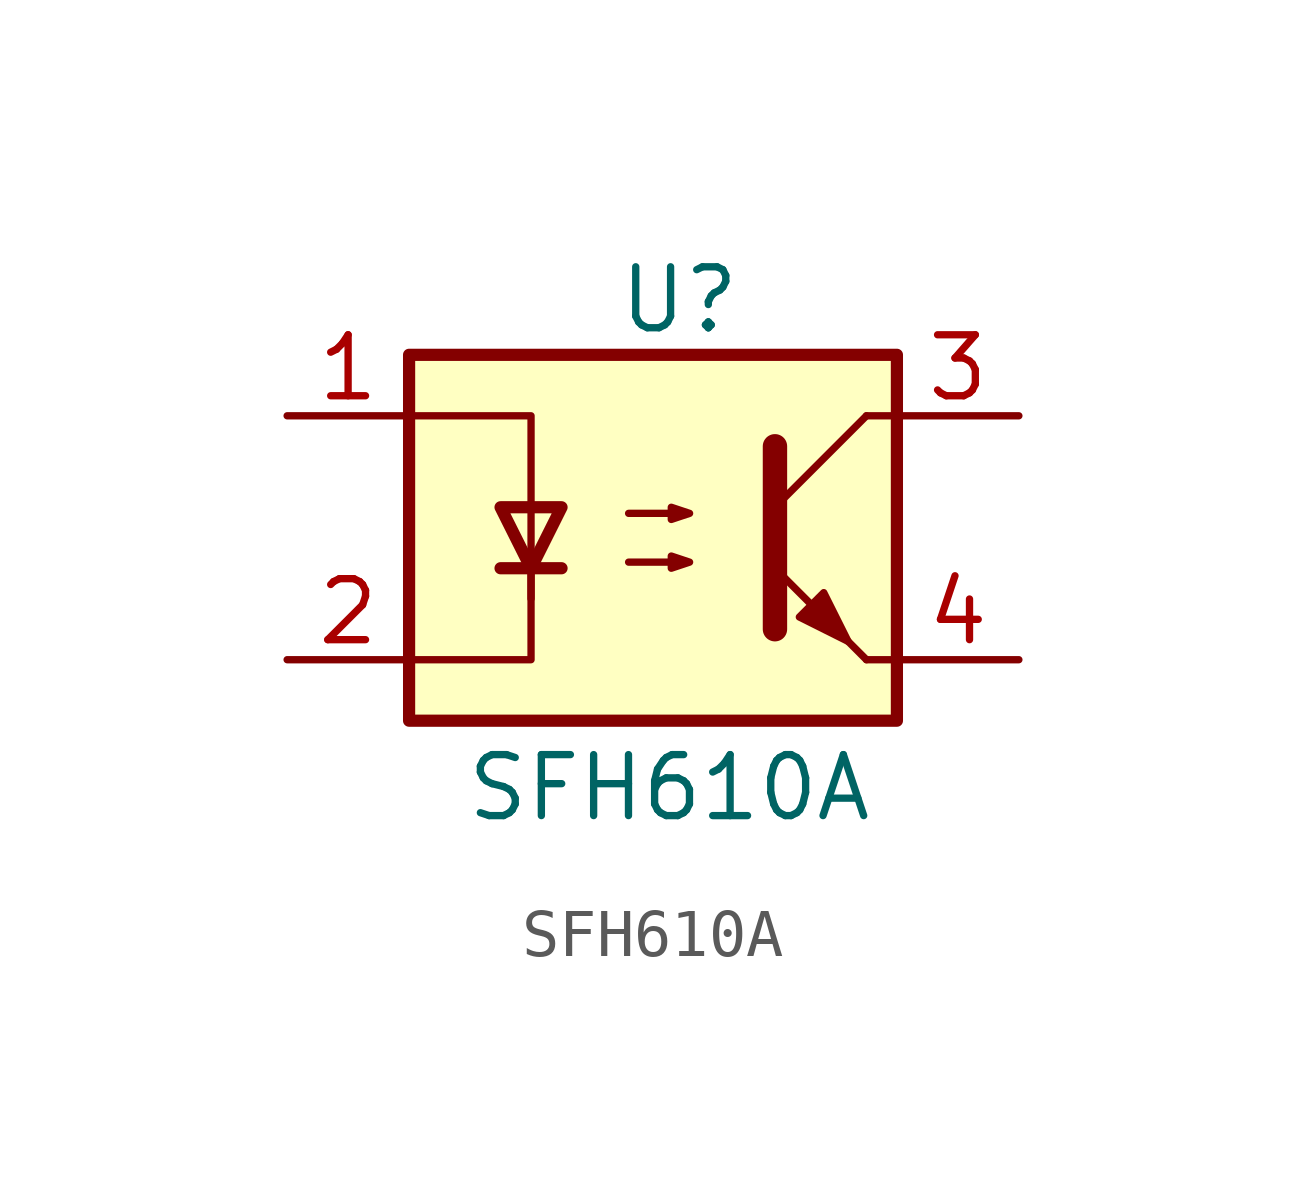
<source format=kicad_sym>
(kicad_symbol_lib
  (version 20211014)
  (generator kicad_symbol_editor)
  (symbol "SFH610A"
    (pin_names
      (offset 1.016))
    (property "Reference" "U"
      (at -0.762 4.953 0)
      (effects (font (size 1.27 1.27)) (justify left)))
    (property "Value" "SFH610A"
      (at -3.937 -5.207 0)
      (effects (font (size 1.27 1.27)) (justify left)))
    (symbol "SFH610A_0_1"
      (rectangle (start -5.08 3.81) (end 5.08 -3.81) (stroke (width 0.254) (type default) (color 0 0 0 0)) (fill (type background)))
      (polyline (pts (xy -3.175 -0.635) (xy -1.905 -0.635)) (stroke (width 0.254) (type default) (color 0 0 0 0)) (fill (type none)))
      (polyline (pts (xy 2.54 0.635) (xy 4.445 2.54)) (stroke (width 0) (type default) (color 0 0 0 0)) (fill (type none)))
      (polyline (pts (xy 4.445 -2.54) (xy 2.54 -0.635)) (stroke (width 0) (type default) (color 0 0 0 0)) (fill (type outline)))
      (polyline (pts (xy 4.445 -2.54) (xy 5.08 -2.54)) (stroke (width 0) (type default) (color 0 0 0 0)) (fill (type none)))
      (polyline (pts (xy 4.445 2.54) (xy 5.08 2.54)) (stroke (width 0) (type default) (color 0 0 0 0)) (fill (type none)))
      (polyline (pts (xy -2.54 -0.635) (xy -2.54 -2.54) (xy -5.08 -2.54)) (stroke (width 0) (type default) (color 0 0 0 0)) (fill (type none)))
      (polyline (pts (xy 2.54 1.905) (xy 2.54 -1.905) (xy 2.54 -1.905)) (stroke (width 0.508) (type default) (color 0 0 0 0)) (fill (type none)))
      (polyline (pts (xy -5.08 2.54) (xy -2.54 2.54) (xy -2.54 -1.27) (xy -2.54 0.635)) (stroke (width 0) (type default) (color 0 0 0 0)) (fill (type none)))
      (polyline (pts (xy -2.54 -0.635) (xy -3.175 0.635) (xy -1.905 0.635) (xy -2.54 -0.635)) (stroke (width 0.254) (type default) (color 0 0 0 0)) (fill (type none)))
      (polyline (pts (xy -0.508 -0.508) (xy 0.762 -0.508) (xy 0.381 -0.635) (xy 0.381 -0.381) (xy 0.762 -0.508)) (stroke (width 0) (type default) (color 0 0 0 0)) (fill (type none)))
      (polyline (pts (xy -0.508 0.508) (xy 0.762 0.508) (xy 0.381 0.381) (xy 0.381 0.635) (xy 0.762 0.508)) (stroke (width 0) (type default) (color 0 0 0 0)) (fill (type none)))
      (polyline (pts (xy 3.048 -1.651) (xy 3.556 -1.143) (xy 4.064 -2.159) (xy 3.048 -1.651) (xy 3.048 -1.651)) (stroke (width 0) (type default) (color 0 0 0 0)) (fill (type outline))))
    (symbol "SFH610A_1_1"
      (pin passive line (at -7.62 2.54 0) (length 2.54) (name "~" (effects (font (size 1.27 1.27)))) (number "1" (effects (font (size 1.27 1.27)))))
      (pin passive line (at -7.62 -2.54 0) (length 2.54) (name "~" (effects (font (size 1.27 1.27)))) (number "2" (effects (font (size 1.27 1.27)))))
      (pin passive line (at 7.62 2.54 180) (length 2.54) (name "~" (effects (font (size 1.27 1.27)))) (number "3" (effects (font (size 1.27 1.27)))))
      (pin passive line (at 7.62 -2.54 180) (length 2.54) (name "~" (effects (font (size 1.27 1.27)))) (number "4" (effects (font (size 1.27 1.27))))))))
</source>
